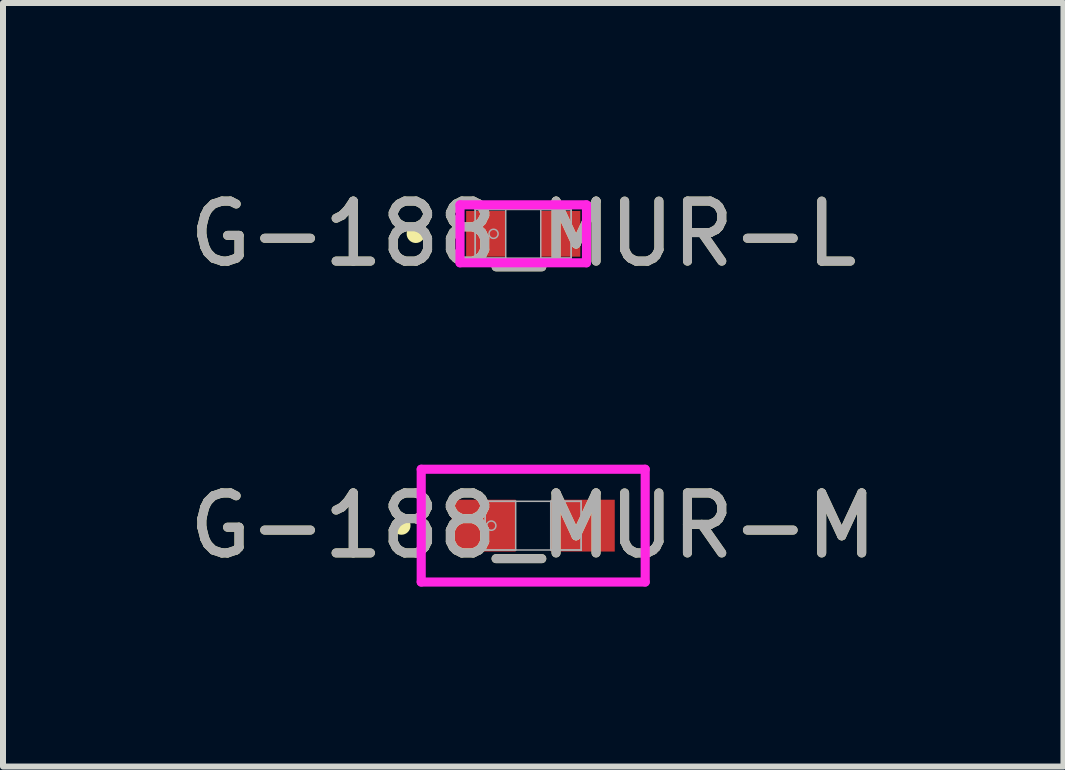
<source format=kicad_pcb>
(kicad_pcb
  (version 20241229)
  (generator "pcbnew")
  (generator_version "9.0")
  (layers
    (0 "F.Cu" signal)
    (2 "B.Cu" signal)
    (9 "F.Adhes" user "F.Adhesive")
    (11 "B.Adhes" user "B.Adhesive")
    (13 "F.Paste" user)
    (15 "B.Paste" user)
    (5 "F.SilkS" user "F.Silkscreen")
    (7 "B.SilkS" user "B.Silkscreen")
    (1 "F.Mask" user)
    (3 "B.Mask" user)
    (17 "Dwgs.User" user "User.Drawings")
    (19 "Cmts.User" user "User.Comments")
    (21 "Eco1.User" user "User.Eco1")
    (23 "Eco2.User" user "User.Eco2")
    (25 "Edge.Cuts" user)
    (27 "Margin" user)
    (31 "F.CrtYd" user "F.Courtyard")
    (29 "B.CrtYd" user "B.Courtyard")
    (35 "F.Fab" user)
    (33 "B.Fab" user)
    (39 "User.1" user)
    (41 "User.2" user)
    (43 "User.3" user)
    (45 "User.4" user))
  (footprint "G-188_MUR-L"
    (layer "F.Cu")
    (at 5.673 0.848)
    (property "Reference" "G-188_MUR-L" (at 0 0 0) (unlocked yes) (layer "F.SilkS") (effects (font (size 1 1) (thickness 0.15))))
    (attr smd)
    (fp_circle (center -1.791 0) (end -1.714 0) (stroke (width 0.152) (type solid)) (fill no) (layer "F.SilkS"))
    (fp_line (start -1.054 -0.483) (end 1.054 -0.483) (stroke (width 0.152) (type solid)) (layer "F.CrtYd"))
    (fp_line (start -1.054 0.483) (end -1.054 -0.483) (stroke (width 0.152) (type solid)) (layer "F.CrtYd"))
    (fp_line (start 1.054 -0.483) (end 1.054 0.483) (stroke (width 0.152) (type solid)) (layer "F.CrtYd"))
    (fp_line (start 1.054 0.483) (end -1.054 0.483) (stroke (width 0.152) (type solid)) (layer "F.CrtYd"))
    (fp_line (start -0.8 -0.406) (end -0.8 0.406) (stroke (width 0.025) (type solid)) (layer "F.Fab"))
    (fp_line (start -0.8 -0.406) (end -0.8 0.406) (stroke (width 0.025) (type solid)) (layer "F.Fab"))
    (fp_line (start -0.8 0.406) (end -0.292 0.406) (stroke (width 0.025) (type solid)) (layer "F.Fab"))
    (fp_line (start -0.8 0.406) (end 0.8 0.406) (stroke (width 0.025) (type solid)) (layer "F.Fab"))
    (fp_line (start -0.292 -0.406) (end -0.8 -0.406) (stroke (width 0.025) (type solid)) (layer "F.Fab"))
    (fp_line (start -0.292 0.406) (end -0.292 -0.406) (stroke (width 0.025) (type solid)) (layer "F.Fab"))
    (fp_line (start 0.292 -0.406) (end 0.292 0.406) (stroke (width 0.025) (type solid)) (layer "F.Fab"))
    (fp_line (start 0.292 0.406) (end 0.8 0.406) (stroke (width 0.025) (type solid)) (layer "F.Fab"))
    (fp_line (start 0.8 -0.406) (end -0.8 -0.406) (stroke (width 0.025) (type solid)) (layer "F.Fab"))
    (fp_line (start 0.8 -0.406) (end 0.292 -0.406) (stroke (width 0.025) (type solid)) (layer "F.Fab"))
    (fp_line (start 0.8 0.406) (end 0.8 -0.406) (stroke (width 0.025) (type solid)) (layer "F.Fab"))
    (fp_line (start 0.8 0.406) (end 0.8 -0.406) (stroke (width 0.025) (type solid)) (layer "F.Fab"))
    (fp_circle (center -0.495 0) (end -0.419 0) (stroke (width 0.025) (type solid)) (fill no) (layer "F.Fab"))
    (fp_text user "${REFERENCE}" (at 0 0 0) (unlocked yes) (layer "F.Fab") (effects (font (size 1 1) (thickness 0.15))))
    (pad "1" smd rect (at -0.622 0) (size 0.66 0.762) (layers "F.Cu" "F.Mask" "F.Paste"))
    (pad "2" smd rect (at 0.622 0) (size 0.66 0.762) (layers "F.Cu" "F.Mask" "F.Paste"))
    (zone (net_name "") (layer "F.Cu") (hatch full 0.508) (connect_pads) (min_thickness 0.254) (filled_areas_thickness no) (keepout (tracks not_allowed) (vias not_allowed) (pads allowed) (copperpour not_allowed) (footprints allowed)) (placement (enabled no)) (fill) (polygon (pts (xy 5.431 0.493) (xy 5.914 0.493) (xy 5.914 1.204) (xy 5.431 1.204)))))
  (footprint "G-188_MUR-M"
    (layer "F.Cu")
    (at 5.839 5.713)
    (property "Reference" "G-188_MUR-M" (at 0 0 0) (unlocked yes) (layer "F.SilkS") (effects (font (size 1 1) (thickness 0.15))))
    (attr smd)
    (fp_circle (center -2.197 0) (end -2.121 0) (stroke (width 0.152) (type solid)) (fill no) (layer "F.SilkS"))
    (fp_line (start -1.867 -0.94) (end 1.867 -0.94) (stroke (width 0.152) (type solid)) (layer "F.CrtYd"))
    (fp_line (start -1.867 0.94) (end -1.867 -0.94) (stroke (width 0.152) (type solid)) (layer "F.CrtYd"))
    (fp_line (start 1.867 -0.94) (end 1.867 0.94) (stroke (width 0.152) (type solid)) (layer "F.CrtYd"))
    (fp_line (start 1.867 0.94) (end -1.867 0.94) (stroke (width 0.152) (type solid)) (layer "F.CrtYd"))
    (fp_line (start -0.8 -0.406) (end -0.8 0.406) (stroke (width 0.025) (type solid)) (layer "F.Fab"))
    (fp_line (start -0.8 -0.406) (end -0.8 0.406) (stroke (width 0.025) (type solid)) (layer "F.Fab"))
    (fp_line (start -0.8 0.406) (end -0.292 0.406) (stroke (width 0.025) (type solid)) (layer "F.Fab"))
    (fp_line (start -0.8 0.406) (end 0.8 0.406) (stroke (width 0.025) (type solid)) (layer "F.Fab"))
    (fp_line (start -0.292 -0.406) (end -0.8 -0.406) (stroke (width 0.025) (type solid)) (layer "F.Fab"))
    (fp_line (start -0.292 0.406) (end -0.292 -0.406) (stroke (width 0.025) (type solid)) (layer "F.Fab"))
    (fp_line (start 0.292 -0.406) (end 0.292 0.406) (stroke (width 0.025) (type solid)) (layer "F.Fab"))
    (fp_line (start 0.292 0.406) (end 0.8 0.406) (stroke (width 0.025) (type solid)) (layer "F.Fab"))
    (fp_line (start 0.8 -0.406) (end -0.8 -0.406) (stroke (width 0.025) (type solid)) (layer "F.Fab"))
    (fp_line (start 0.8 -0.406) (end 0.292 -0.406) (stroke (width 0.025) (type solid)) (layer "F.Fab"))
    (fp_line (start 0.8 0.406) (end 0.8 -0.406) (stroke (width 0.025) (type solid)) (layer "F.Fab"))
    (fp_line (start 0.8 0.406) (end 0.8 -0.406) (stroke (width 0.025) (type solid)) (layer "F.Fab"))
    (fp_circle (center -0.699 0) (end -0.622 0) (stroke (width 0.025) (type solid)) (fill no) (layer "F.Fab"))
    (fp_text user "${REFERENCE}" (at 0 0 0) (unlocked yes) (layer "F.Fab") (effects (font (size 1 1) (thickness 0.15))))
    (pad "1" smd rect (at -0.826 0) (size 1.067 0.864) (layers "F.Cu" "F.Mask" "F.Paste"))
    (pad "2" smd rect (at 0.826 0) (size 1.067 0.864) (layers "F.Cu" "F.Mask" "F.Paste"))
    (zone (net_name "") (layer "F.Cu") (hatch full 0.508) (connect_pads) (min_thickness 0.254) (filled_areas_thickness no) (keepout (tracks not_allowed) (vias not_allowed) (pads allowed) (copperpour not_allowed) (footprints allowed)) (placement (enabled no)) (fill) (polygon (pts (xy 5.598 5.357) (xy 6.081 5.357) (xy 6.081 6.068) (xy 5.598 6.068)))))
  (gr_rect
    (start -3 -3)
    (end 14.679 9.729)
    (stroke (width 0.1) (type default))
    (fill no)
    (layer "Edge.Cuts")))
</source>
